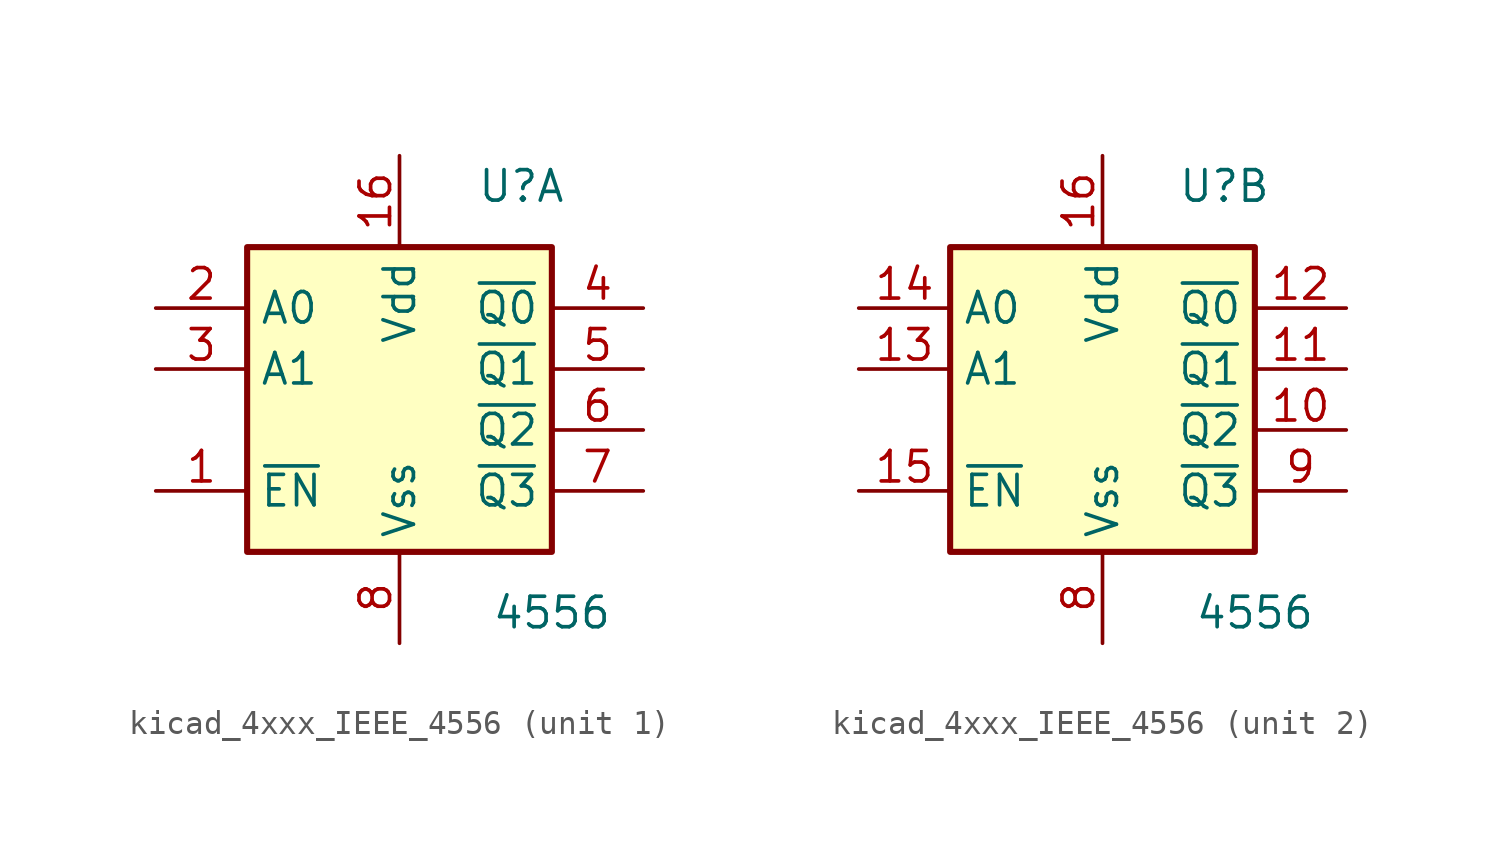
<source format=kicad_sym>
(kicad_symbol_lib
  (version 20220914)
  (generator kicad_symbol_editor)
  (symbol "kicad_4xxx_IEEE_4556"
    (property "Reference" "U"
      (at 5.08 8.89 0)
      (effects (font (size 1.27 1.27))))
    (property "Value" "4556"
      (at 6.35 -8.89 0)
      (effects (font (size 1.27 1.27))))
    (symbol "kicad_4xxx_IEEE_4556_0_1"
      (rectangle (start -6.35 6.35) (end 6.35 -6.35) (stroke (width 0.254) (type default)) (fill (type background)))
      (pin power_in line (at 0 10.16 270) (length 3.81) (name "Vdd" (effects (font (size 1.27 1.27)))) (number "16" (effects (font (size 1.27 1.27)))))
      (pin power_in line (at 0 -10.16 90) (length 3.81) (name "Vss" (effects (font (size 1.27 1.27)))) (number "8" (effects (font (size 1.27 1.27))))))
    (symbol "kicad_4xxx_IEEE_4556_1_1"
      (pin input line (at -10.16 -3.81 0) (length 3.81) (name "~{EN}" (effects (font (size 1.27 1.27)))) (number "1" (effects (font (size 1.27 1.27)))))
      (pin input line (at -10.16 3.81 0) (length 3.81) (name "A0" (effects (font (size 1.27 1.27)))) (number "2" (effects (font (size 1.27 1.27)))))
      (pin input line (at -10.16 1.27 0) (length 3.81) (name "A1" (effects (font (size 1.27 1.27)))) (number "3" (effects (font (size 1.27 1.27)))))
      (pin output line (at 10.16 3.81 180) (length 3.81) (name "~{Q0}" (effects (font (size 1.27 1.27)))) (number "4" (effects (font (size 1.27 1.27)))))
      (pin output line (at 10.16 1.27 180) (length 3.81) (name "~{Q1}" (effects (font (size 1.27 1.27)))) (number "5" (effects (font (size 1.27 1.27)))))
      (pin output line (at 10.16 -1.27 180) (length 3.81) (name "~{Q2}" (effects (font (size 1.27 1.27)))) (number "6" (effects (font (size 1.27 1.27)))))
      (pin output line (at 10.16 -3.81 180) (length 3.81) (name "~{Q3}" (effects (font (size 1.27 1.27)))) (number "7" (effects (font (size 1.27 1.27))))))
    (symbol "kicad_4xxx_IEEE_4556_2_1"
      (pin output line (at 10.16 -1.27 180) (length 3.81) (name "~{Q2}" (effects (font (size 1.27 1.27)))) (number "10" (effects (font (size 1.27 1.27)))))
      (pin output line (at 10.16 1.27 180) (length 3.81) (name "~{Q1}" (effects (font (size 1.27 1.27)))) (number "11" (effects (font (size 1.27 1.27)))))
      (pin output line (at 10.16 3.81 180) (length 3.81) (name "~{Q0}" (effects (font (size 1.27 1.27)))) (number "12" (effects (font (size 1.27 1.27)))))
      (pin input line (at -10.16 1.27 0) (length 3.81) (name "A1" (effects (font (size 1.27 1.27)))) (number "13" (effects (font (size 1.27 1.27)))))
      (pin input line (at -10.16 3.81 0) (length 3.81) (name "A0" (effects (font (size 1.27 1.27)))) (number "14" (effects (font (size 1.27 1.27)))))
      (pin input line (at -10.16 -3.81 0) (length 3.81) (name "~{EN}" (effects (font (size 1.27 1.27)))) (number "15" (effects (font (size 1.27 1.27)))))
      (pin output line (at 10.16 -3.81 180) (length 3.81) (name "~{Q3}" (effects (font (size 1.27 1.27)))) (number "9" (effects (font (size 1.27 1.27))))))))
</source>
